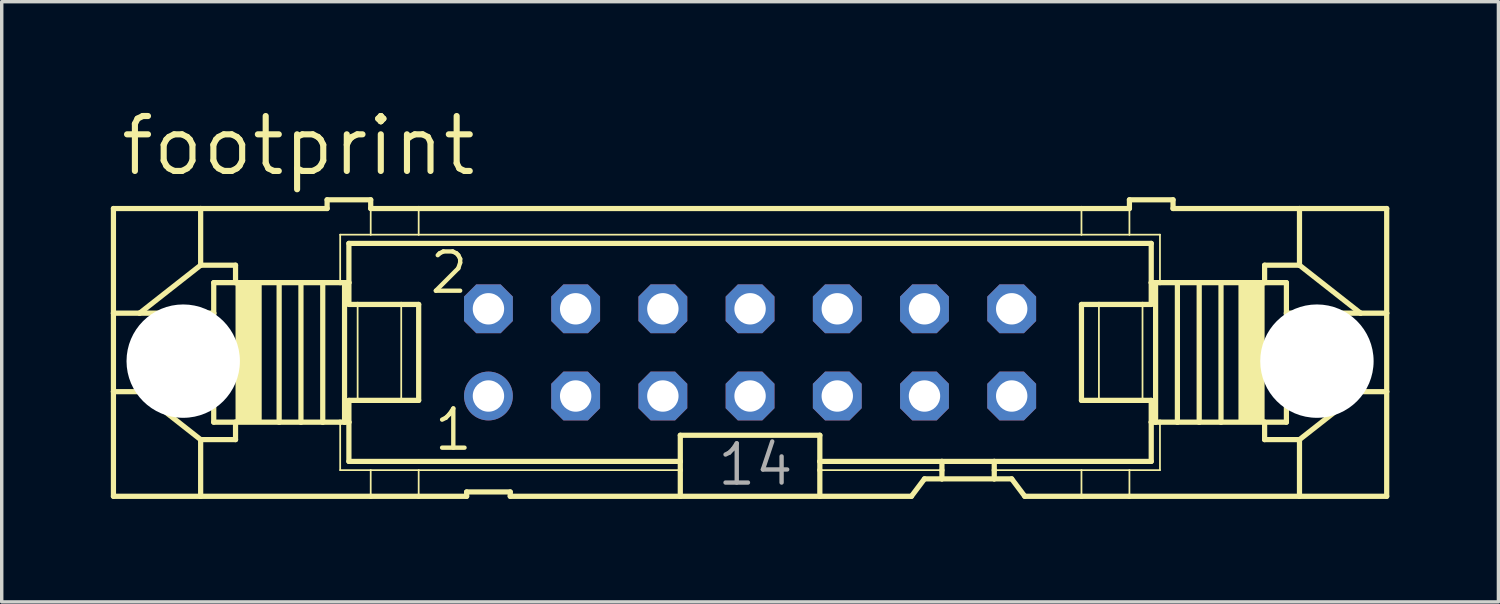
<source format=kicad_pcb>
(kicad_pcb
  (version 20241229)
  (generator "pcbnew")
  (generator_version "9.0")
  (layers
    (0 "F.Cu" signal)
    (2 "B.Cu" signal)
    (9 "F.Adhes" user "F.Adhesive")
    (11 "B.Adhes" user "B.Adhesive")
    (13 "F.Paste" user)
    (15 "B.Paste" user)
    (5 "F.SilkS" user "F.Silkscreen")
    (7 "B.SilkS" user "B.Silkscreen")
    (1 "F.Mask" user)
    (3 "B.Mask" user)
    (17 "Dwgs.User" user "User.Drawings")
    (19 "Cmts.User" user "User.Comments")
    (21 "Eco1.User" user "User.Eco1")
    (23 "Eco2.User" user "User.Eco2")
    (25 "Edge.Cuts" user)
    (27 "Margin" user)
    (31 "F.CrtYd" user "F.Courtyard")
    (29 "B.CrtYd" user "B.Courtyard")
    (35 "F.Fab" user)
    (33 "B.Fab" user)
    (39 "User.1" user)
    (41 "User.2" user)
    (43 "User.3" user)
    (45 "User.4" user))
  (footprint "footprint"
    (layer "F.Cu")
    (at 18.796 7.214)
    (property "Reference" "footprint" (at -18.415 -5.08 0) (layer "F.SilkS") (effects (font (size 1.6 1.6) (thickness 0.178)) (justify left bottom)))
    (fp_line (start -18.542 -4.191) (end -18.542 -1.143) (stroke (width 0.152) (type solid)) (layer "F.SilkS"))
    (fp_line (start -18.542 -4.191) (end -16.002 -4.191) (stroke (width 0.152) (type solid)) (layer "F.SilkS"))
    (fp_line (start -18.542 -1.143) (end -18.542 1.143) (stroke (width 0.152) (type solid)) (layer "F.SilkS"))
    (fp_line (start -18.542 -1.143) (end -17.78 -1.143) (stroke (width 0.152) (type solid)) (layer "F.SilkS"))
    (fp_line (start -18.542 1.143) (end -18.542 4.191) (stroke (width 0.152) (type solid)) (layer "F.SilkS"))
    (fp_line (start -18.542 1.143) (end -17.78 1.143) (stroke (width 0.152) (type solid)) (layer "F.SilkS"))
    (fp_line (start -17.78 -1.143) (end -15.621 -1.143) (stroke (width 0.152) (type solid)) (layer "F.SilkS"))
    (fp_line (start -17.78 1.143) (end -15.621 1.143) (stroke (width 0.152) (type solid)) (layer "F.SilkS"))
    (fp_line (start -16.002 -4.191) (end -16.002 -2.54) (stroke (width 0.152) (type solid)) (layer "F.SilkS"))
    (fp_line (start -16.002 -2.54) (end -17.78 -1.143) (stroke (width 0.152) (type solid)) (layer "F.SilkS"))
    (fp_line (start -16.002 2.54) (end -17.78 1.143) (stroke (width 0.152) (type solid)) (layer "F.SilkS"))
    (fp_line (start -16.002 2.54) (end -16.002 4.191) (stroke (width 0.152) (type solid)) (layer "F.SilkS"))
    (fp_line (start -16.002 4.191) (end -18.542 4.191) (stroke (width 0.152) (type solid)) (layer "F.SilkS"))
    (fp_line (start -15.621 -1.143) (end -15.621 -2.032) (stroke (width 0.152) (type solid)) (layer "F.SilkS"))
    (fp_line (start -15.621 1.143) (end -15.621 -1.143) (stroke (width 0.152) (type solid)) (layer "F.SilkS"))
    (fp_line (start -15.621 2.032) (end -15.621 1.143) (stroke (width 0.152) (type solid)) (layer "F.SilkS"))
    (fp_line (start -14.986 -2.54) (end -16.002 -2.54) (stroke (width 0.152) (type solid)) (layer "F.SilkS"))
    (fp_line (start -14.986 -2.54) (end -14.986 -2.032) (stroke (width 0.152) (type solid)) (layer "F.SilkS"))
    (fp_line (start -14.986 -2.032) (end -15.621 -2.032) (stroke (width 0.152) (type solid)) (layer "F.SilkS"))
    (fp_line (start -14.986 2.032) (end -15.621 2.032) (stroke (width 0.152) (type solid)) (layer "F.SilkS"))
    (fp_line (start -14.986 2.032) (end -14.986 2.54) (stroke (width 0.152) (type solid)) (layer "F.SilkS"))
    (fp_line (start -14.986 2.54) (end -16.002 2.54) (stroke (width 0.152) (type solid)) (layer "F.SilkS"))
    (fp_line (start -13.716 -2.032) (end -14.986 -2.032) (stroke (width 0.152) (type solid)) (layer "F.SilkS"))
    (fp_line (start -13.716 2.032) (end -14.986 2.032) (stroke (width 0.152) (type solid)) (layer "F.SilkS"))
    (fp_line (start -13.716 2.032) (end -13.716 -2.032) (stroke (width 0.152) (type solid)) (layer "F.SilkS"))
    (fp_line (start -13.081 -2.032) (end -13.716 -2.032) (stroke (width 0.152) (type solid)) (layer "F.SilkS"))
    (fp_line (start -13.081 2.032) (end -13.716 2.032) (stroke (width 0.152) (type solid)) (layer "F.SilkS"))
    (fp_line (start -13.081 2.032) (end -13.081 -2.032) (stroke (width 0.152) (type solid)) (layer "F.SilkS"))
    (fp_line (start -12.446 -2.032) (end -13.081 -2.032) (stroke (width 0.152) (type solid)) (layer "F.SilkS"))
    (fp_line (start -12.446 2.032) (end -13.081 2.032) (stroke (width 0.152) (type solid)) (layer "F.SilkS"))
    (fp_line (start -12.446 2.032) (end -12.446 -2.032) (stroke (width 0.152) (type solid)) (layer "F.SilkS"))
    (fp_line (start -12.319 -4.445) (end -12.319 -4.191) (stroke (width 0.152) (type solid)) (layer "F.SilkS"))
    (fp_line (start -12.319 -4.445) (end -11.049 -4.445) (stroke (width 0.152) (type solid)) (layer "F.SilkS"))
    (fp_line (start -12.319 -4.191) (end -16.002 -4.191) (stroke (width 0.152) (type solid)) (layer "F.SilkS"))
    (fp_line (start -11.938 -3.429) (end -11.938 -2.032) (stroke (width 0.051) (type solid)) (layer "F.SilkS"))
    (fp_line (start -11.938 -2.032) (end -12.446 -2.032) (stroke (width 0.152) (type solid)) (layer "F.SilkS"))
    (fp_line (start -11.938 2.032) (end -12.446 2.032) (stroke (width 0.152) (type solid)) (layer "F.SilkS"))
    (fp_line (start -11.938 3.429) (end -11.938 2.032) (stroke (width 0.051) (type solid)) (layer "F.SilkS"))
    (fp_line (start -11.811 -2.032) (end -11.938 -2.032) (stroke (width 0.152) (type solid)) (layer "F.SilkS"))
    (fp_line (start -11.811 2.032) (end -11.938 2.032) (stroke (width 0.152) (type solid)) (layer "F.SilkS"))
    (fp_line (start -11.811 2.032) (end -11.811 -2.032) (stroke (width 0.152) (type solid)) (layer "F.SilkS"))
    (fp_line (start -11.684 -3.175) (end 11.684 -3.175) (stroke (width 0.152) (type solid)) (layer "F.SilkS"))
    (fp_line (start -11.684 -2.032) (end -11.811 -2.032) (stroke (width 0.152) (type solid)) (layer "F.SilkS"))
    (fp_line (start -11.684 -2.032) (end -11.684 -3.175) (stroke (width 0.152) (type solid)) (layer "F.SilkS"))
    (fp_line (start -11.684 -1.397) (end -11.684 -2.032) (stroke (width 0.152) (type solid)) (layer "F.SilkS"))
    (fp_line (start -11.684 -1.397) (end -11.43 -1.397) (stroke (width 0.152) (type solid)) (layer "F.SilkS"))
    (fp_line (start -11.684 2.032) (end -11.811 2.032) (stroke (width 0.152) (type solid)) (layer "F.SilkS"))
    (fp_line (start -11.684 2.032) (end -11.684 1.397) (stroke (width 0.152) (type solid)) (layer "F.SilkS"))
    (fp_line (start -11.684 3.175) (end -11.684 2.032) (stroke (width 0.152) (type solid)) (layer "F.SilkS"))
    (fp_line (start -11.43 -1.397) (end -10.16 -1.397) (stroke (width 0.152) (type solid)) (layer "F.SilkS"))
    (fp_line (start -11.43 1.397) (end -11.684 1.397) (stroke (width 0.152) (type solid)) (layer "F.SilkS"))
    (fp_line (start -11.43 1.397) (end -11.43 -1.397) (stroke (width 0.051) (type solid)) (layer "F.SilkS"))
    (fp_line (start -11.049 -4.445) (end -11.049 -4.191) (stroke (width 0.152) (type solid)) (layer "F.SilkS"))
    (fp_line (start -11.049 -3.429) (end -11.938 -3.429) (stroke (width 0.051) (type solid)) (layer "F.SilkS"))
    (fp_line (start -11.049 -3.429) (end -11.049 -4.191) (stroke (width 0.051) (type solid)) (layer "F.SilkS"))
    (fp_line (start -11.049 -3.429) (end -9.652 -3.429) (stroke (width 0.051) (type solid)) (layer "F.SilkS"))
    (fp_line (start -11.049 3.429) (end -11.938 3.429) (stroke (width 0.051) (type solid)) (layer "F.SilkS"))
    (fp_line (start -11.049 4.191) (end -16.002 4.191) (stroke (width 0.152) (type solid)) (layer "F.SilkS"))
    (fp_line (start -11.049 4.191) (end -11.049 3.429) (stroke (width 0.051) (type solid)) (layer "F.SilkS"))
    (fp_line (start -10.16 -1.397) (end -9.652 -1.397) (stroke (width 0.152) (type solid)) (layer "F.SilkS"))
    (fp_line (start -10.16 1.397) (end -11.43 1.397) (stroke (width 0.152) (type solid)) (layer "F.SilkS"))
    (fp_line (start -10.16 1.397) (end -10.16 -1.397) (stroke (width 0.051) (type solid)) (layer "F.SilkS"))
    (fp_line (start -9.652 -4.191) (end -11.049 -4.191) (stroke (width 0.152) (type solid)) (layer "F.SilkS"))
    (fp_line (start -9.652 -4.191) (end 9.652 -4.191) (stroke (width 0.152) (type solid)) (layer "F.SilkS"))
    (fp_line (start -9.652 -3.429) (end -9.652 -4.191) (stroke (width 0.051) (type solid)) (layer "F.SilkS"))
    (fp_line (start -9.652 -3.429) (end 9.652 -3.429) (stroke (width 0.051) (type solid)) (layer "F.SilkS"))
    (fp_line (start -9.652 1.397) (end -10.16 1.397) (stroke (width 0.152) (type solid)) (layer "F.SilkS"))
    (fp_line (start -9.652 1.397) (end -9.652 -1.397) (stroke (width 0.152) (type solid)) (layer "F.SilkS"))
    (fp_line (start -9.652 3.429) (end -11.049 3.429) (stroke (width 0.051) (type solid)) (layer "F.SilkS"))
    (fp_line (start -9.652 4.191) (end -11.049 4.191) (stroke (width 0.152) (type solid)) (layer "F.SilkS"))
    (fp_line (start -9.652 4.191) (end -9.652 3.429) (stroke (width 0.051) (type solid)) (layer "F.SilkS"))
    (fp_line (start -8.255 4.191) (end -9.652 4.191) (stroke (width 0.152) (type solid)) (layer "F.SilkS"))
    (fp_line (start -8.255 4.191) (end -8.255 4.064) (stroke (width 0.152) (type solid)) (layer "F.SilkS"))
    (fp_line (start -6.985 4.064) (end -8.255 4.064) (stroke (width 0.152) (type solid)) (layer "F.SilkS"))
    (fp_line (start -6.985 4.064) (end -6.985 4.191) (stroke (width 0.152) (type solid)) (layer "F.SilkS"))
    (fp_line (start -2.032 3.175) (end -11.684 3.175) (stroke (width 0.152) (type solid)) (layer "F.SilkS"))
    (fp_line (start -2.032 3.175) (end -2.032 2.413) (stroke (width 0.152) (type solid)) (layer "F.SilkS"))
    (fp_line (start -2.032 3.175) (end -2.032 3.429) (stroke (width 0.152) (type solid)) (layer "F.SilkS"))
    (fp_line (start -2.032 3.429) (end -9.652 3.429) (stroke (width 0.051) (type solid)) (layer "F.SilkS"))
    (fp_line (start -2.032 3.429) (end -2.032 4.191) (stroke (width 0.152) (type solid)) (layer "F.SilkS"))
    (fp_line (start -2.032 4.191) (end -6.985 4.191) (stroke (width 0.152) (type solid)) (layer "F.SilkS"))
    (fp_line (start 2.032 2.413) (end -2.032 2.413) (stroke (width 0.152) (type solid)) (layer "F.SilkS"))
    (fp_line (start 2.032 2.413) (end 2.032 3.175) (stroke (width 0.152) (type solid)) (layer "F.SilkS"))
    (fp_line (start 2.032 3.175) (end 2.032 3.429) (stroke (width 0.152) (type solid)) (layer "F.SilkS"))
    (fp_line (start 2.032 3.429) (end 2.032 4.191) (stroke (width 0.152) (type solid)) (layer "F.SilkS"))
    (fp_line (start 2.032 4.191) (end -2.032 4.191) (stroke (width 0.152) (type solid)) (layer "F.SilkS"))
    (fp_line (start 4.699 4.191) (end 2.032 4.191) (stroke (width 0.152) (type solid)) (layer "F.SilkS"))
    (fp_line (start 4.699 4.191) (end 5.08 3.683) (stroke (width 0.152) (type solid)) (layer "F.SilkS"))
    (fp_line (start 5.588 3.175) (end 2.032 3.175) (stroke (width 0.152) (type solid)) (layer "F.SilkS"))
    (fp_line (start 5.588 3.175) (end 5.588 3.429) (stroke (width 0.152) (type solid)) (layer "F.SilkS"))
    (fp_line (start 5.588 3.429) (end 2.032 3.429) (stroke (width 0.051) (type solid)) (layer "F.SilkS"))
    (fp_line (start 5.588 3.429) (end 5.588 3.683) (stroke (width 0.152) (type solid)) (layer "F.SilkS"))
    (fp_line (start 5.588 3.683) (end 5.08 3.683) (stroke (width 0.152) (type solid)) (layer "F.SilkS"))
    (fp_line (start 7.112 3.175) (end 5.588 3.175) (stroke (width 0.152) (type solid)) (layer "F.SilkS"))
    (fp_line (start 7.112 3.175) (end 7.112 3.429) (stroke (width 0.152) (type solid)) (layer "F.SilkS"))
    (fp_line (start 7.112 3.429) (end 7.112 3.683) (stroke (width 0.152) (type solid)) (layer "F.SilkS"))
    (fp_line (start 7.112 3.429) (end 9.652 3.429) (stroke (width 0.051) (type solid)) (layer "F.SilkS"))
    (fp_line (start 7.112 3.683) (end 5.588 3.683) (stroke (width 0.152) (type solid)) (layer "F.SilkS"))
    (fp_line (start 7.62 3.683) (end 7.112 3.683) (stroke (width 0.152) (type solid)) (layer "F.SilkS"))
    (fp_line (start 7.62 3.683) (end 8.001 4.191) (stroke (width 0.152) (type solid)) (layer "F.SilkS"))
    (fp_line (start 9.652 -4.191) (end 9.652 -3.429) (stroke (width 0.051) (type solid)) (layer "F.SilkS"))
    (fp_line (start 9.652 -4.191) (end 11.049 -4.191) (stroke (width 0.152) (type solid)) (layer "F.SilkS"))
    (fp_line (start 9.652 -1.397) (end 9.652 1.397) (stroke (width 0.152) (type solid)) (layer "F.SilkS"))
    (fp_line (start 9.652 -1.397) (end 10.16 -1.397) (stroke (width 0.152) (type solid)) (layer "F.SilkS"))
    (fp_line (start 9.652 3.429) (end 9.652 4.191) (stroke (width 0.051) (type solid)) (layer "F.SilkS"))
    (fp_line (start 9.652 3.429) (end 11.049 3.429) (stroke (width 0.051) (type solid)) (layer "F.SilkS"))
    (fp_line (start 9.652 4.191) (end 8.001 4.191) (stroke (width 0.152) (type solid)) (layer "F.SilkS"))
    (fp_line (start 10.16 -1.397) (end 10.16 1.397) (stroke (width 0.051) (type solid)) (layer "F.SilkS"))
    (fp_line (start 10.16 -1.397) (end 11.43 -1.397) (stroke (width 0.152) (type solid)) (layer "F.SilkS"))
    (fp_line (start 10.16 1.397) (end 9.652 1.397) (stroke (width 0.152) (type solid)) (layer "F.SilkS"))
    (fp_line (start 11.049 -4.191) (end 11.049 -4.445) (stroke (width 0.152) (type solid)) (layer "F.SilkS"))
    (fp_line (start 11.049 -4.191) (end 11.049 -3.429) (stroke (width 0.051) (type solid)) (layer "F.SilkS"))
    (fp_line (start 11.049 -3.429) (end 9.652 -3.429) (stroke (width 0.051) (type solid)) (layer "F.SilkS"))
    (fp_line (start 11.049 -3.429) (end 11.938 -3.429) (stroke (width 0.051) (type solid)) (layer "F.SilkS"))
    (fp_line (start 11.049 3.429) (end 11.049 4.191) (stroke (width 0.051) (type solid)) (layer "F.SilkS"))
    (fp_line (start 11.049 3.429) (end 11.938 3.429) (stroke (width 0.051) (type solid)) (layer "F.SilkS"))
    (fp_line (start 11.049 4.191) (end 9.652 4.191) (stroke (width 0.152) (type solid)) (layer "F.SilkS"))
    (fp_line (start 11.43 -1.397) (end 11.43 1.397) (stroke (width 0.051) (type solid)) (layer "F.SilkS"))
    (fp_line (start 11.43 -1.397) (end 11.684 -1.397) (stroke (width 0.152) (type solid)) (layer "F.SilkS"))
    (fp_line (start 11.43 1.397) (end 10.16 1.397) (stroke (width 0.152) (type solid)) (layer "F.SilkS"))
    (fp_line (start 11.684 -3.175) (end 11.684 -2.032) (stroke (width 0.152) (type solid)) (layer "F.SilkS"))
    (fp_line (start 11.684 -2.032) (end 11.684 -1.397) (stroke (width 0.152) (type solid)) (layer "F.SilkS"))
    (fp_line (start 11.684 -2.032) (end 11.811 -2.032) (stroke (width 0.152) (type solid)) (layer "F.SilkS"))
    (fp_line (start 11.684 1.397) (end 11.43 1.397) (stroke (width 0.152) (type solid)) (layer "F.SilkS"))
    (fp_line (start 11.684 1.397) (end 11.684 2.032) (stroke (width 0.152) (type solid)) (layer "F.SilkS"))
    (fp_line (start 11.684 2.032) (end 11.684 3.175) (stroke (width 0.152) (type solid)) (layer "F.SilkS"))
    (fp_line (start 11.684 2.032) (end 11.811 2.032) (stroke (width 0.152) (type solid)) (layer "F.SilkS"))
    (fp_line (start 11.684 3.175) (end 7.112 3.175) (stroke (width 0.152) (type solid)) (layer "F.SilkS"))
    (fp_line (start 11.811 -2.032) (end 11.811 2.032) (stroke (width 0.152) (type solid)) (layer "F.SilkS"))
    (fp_line (start 11.811 -2.032) (end 11.938 -2.032) (stroke (width 0.152) (type solid)) (layer "F.SilkS"))
    (fp_line (start 11.811 2.032) (end 11.938 2.032) (stroke (width 0.152) (type solid)) (layer "F.SilkS"))
    (fp_line (start 11.938 -3.429) (end 11.938 -2.032) (stroke (width 0.051) (type solid)) (layer "F.SilkS"))
    (fp_line (start 11.938 -2.032) (end 12.446 -2.032) (stroke (width 0.152) (type solid)) (layer "F.SilkS"))
    (fp_line (start 11.938 2.032) (end 12.446 2.032) (stroke (width 0.152) (type solid)) (layer "F.SilkS"))
    (fp_line (start 11.938 3.429) (end 11.938 2.032) (stroke (width 0.051) (type solid)) (layer "F.SilkS"))
    (fp_line (start 12.319 -4.445) (end 11.049 -4.445) (stroke (width 0.152) (type solid)) (layer "F.SilkS"))
    (fp_line (start 12.319 -4.191) (end 12.319 -4.445) (stroke (width 0.152) (type solid)) (layer "F.SilkS"))
    (fp_line (start 12.319 -4.191) (end 16.002 -4.191) (stroke (width 0.152) (type solid)) (layer "F.SilkS"))
    (fp_line (start 12.446 -2.032) (end 12.446 2.032) (stroke (width 0.152) (type solid)) (layer "F.SilkS"))
    (fp_line (start 12.446 -2.032) (end 13.081 -2.032) (stroke (width 0.152) (type solid)) (layer "F.SilkS"))
    (fp_line (start 12.446 2.032) (end 13.081 2.032) (stroke (width 0.152) (type solid)) (layer "F.SilkS"))
    (fp_line (start 13.081 -2.032) (end 13.081 2.032) (stroke (width 0.152) (type solid)) (layer "F.SilkS"))
    (fp_line (start 13.081 -2.032) (end 13.716 -2.032) (stroke (width 0.152) (type solid)) (layer "F.SilkS"))
    (fp_line (start 13.081 2.032) (end 13.716 2.032) (stroke (width 0.152) (type solid)) (layer "F.SilkS"))
    (fp_line (start 13.716 -2.032) (end 13.716 2.032) (stroke (width 0.152) (type solid)) (layer "F.SilkS"))
    (fp_line (start 13.716 -2.032) (end 14.986 -2.032) (stroke (width 0.152) (type solid)) (layer "F.SilkS"))
    (fp_line (start 13.716 2.032) (end 14.986 2.032) (stroke (width 0.152) (type solid)) (layer "F.SilkS"))
    (fp_line (start 14.986 -2.54) (end 16.002 -2.54) (stroke (width 0.152) (type solid)) (layer "F.SilkS"))
    (fp_line (start 14.986 -2.032) (end 14.986 -2.54) (stroke (width 0.152) (type solid)) (layer "F.SilkS"))
    (fp_line (start 14.986 -2.032) (end 15.621 -2.032) (stroke (width 0.152) (type solid)) (layer "F.SilkS"))
    (fp_line (start 14.986 2.032) (end 15.621 2.032) (stroke (width 0.152) (type solid)) (layer "F.SilkS"))
    (fp_line (start 14.986 2.54) (end 14.986 2.032) (stroke (width 0.152) (type solid)) (layer "F.SilkS"))
    (fp_line (start 14.986 2.54) (end 16.002 2.54) (stroke (width 0.152) (type solid)) (layer "F.SilkS"))
    (fp_line (start 15.621 -2.032) (end 15.621 -1.143) (stroke (width 0.152) (type solid)) (layer "F.SilkS"))
    (fp_line (start 15.621 -1.143) (end 15.621 1.143) (stroke (width 0.152) (type solid)) (layer "F.SilkS"))
    (fp_line (start 15.621 1.143) (end 15.621 2.032) (stroke (width 0.152) (type solid)) (layer "F.SilkS"))
    (fp_line (start 16.002 -4.191) (end 18.542 -4.191) (stroke (width 0.152) (type solid)) (layer "F.SilkS"))
    (fp_line (start 16.002 -2.54) (end 16.002 -4.191) (stroke (width 0.152) (type solid)) (layer "F.SilkS"))
    (fp_line (start 16.002 -2.54) (end 17.78 -1.143) (stroke (width 0.152) (type solid)) (layer "F.SilkS"))
    (fp_line (start 16.002 2.54) (end 17.78 1.143) (stroke (width 0.152) (type solid)) (layer "F.SilkS"))
    (fp_line (start 16.002 4.191) (end 11.049 4.191) (stroke (width 0.152) (type solid)) (layer "F.SilkS"))
    (fp_line (start 16.002 4.191) (end 16.002 2.54) (stroke (width 0.152) (type solid)) (layer "F.SilkS"))
    (fp_line (start 17.78 -1.143) (end 15.621 -1.143) (stroke (width 0.152) (type solid)) (layer "F.SilkS"))
    (fp_line (start 17.78 1.143) (end 15.621 1.143) (stroke (width 0.152) (type solid)) (layer "F.SilkS"))
    (fp_line (start 18.542 -1.143) (end 17.78 -1.143) (stroke (width 0.152) (type solid)) (layer "F.SilkS"))
    (fp_line (start 18.542 -1.143) (end 18.542 -4.191) (stroke (width 0.152) (type solid)) (layer "F.SilkS"))
    (fp_line (start 18.542 1.143) (end 17.78 1.143) (stroke (width 0.152) (type solid)) (layer "F.SilkS"))
    (fp_line (start 18.542 1.143) (end 18.542 -1.143) (stroke (width 0.152) (type solid)) (layer "F.SilkS"))
    (fp_line (start 18.542 4.191) (end 16.002 4.191) (stroke (width 0.152) (type solid)) (layer "F.SilkS"))
    (fp_line (start 18.542 4.191) (end 18.542 1.143) (stroke (width 0.152) (type solid)) (layer "F.SilkS"))
    (fp_poly (pts (xy -14.986 2.032) (xy -14.224 2.032) (xy -14.224 -2.032) (xy -14.986 -2.032)) (stroke (width 0) (type solid)) (fill yes) (layer "F.SilkS"))
    (fp_poly (pts (xy 14.224 2.032) (xy 14.986 2.032) (xy 14.986 -2.032) (xy 14.224 -2.032)) (stroke (width 0) (type solid)) (fill yes) (layer "F.SilkS"))
    (fp_poly (pts (xy -17.78 0.381) (xy -16.002 0.381) (xy -16.002 -0.381) (xy -17.78 -0.381)) (stroke (width 0.1) (type solid)) (fill no) (layer "F.Fab"))
    (fp_poly (pts (xy -7.874 -1.016) (xy -7.366 -1.016) (xy -7.366 -1.524) (xy -7.874 -1.524)) (stroke (width 0.1) (type solid)) (fill no) (layer "F.Fab"))
    (fp_poly (pts (xy -7.874 1.524) (xy -7.366 1.524) (xy -7.366 1.016) (xy -7.874 1.016)) (stroke (width 0.1) (type solid)) (fill no) (layer "F.Fab"))
    (fp_poly (pts (xy -5.334 -1.016) (xy -4.826 -1.016) (xy -4.826 -1.524) (xy -5.334 -1.524)) (stroke (width 0.1) (type solid)) (fill no) (layer "F.Fab"))
    (fp_poly (pts (xy -5.334 1.524) (xy -4.826 1.524) (xy -4.826 1.016) (xy -5.334 1.016)) (stroke (width 0.1) (type solid)) (fill no) (layer "F.Fab"))
    (fp_poly (pts (xy -2.794 -1.016) (xy -2.286 -1.016) (xy -2.286 -1.524) (xy -2.794 -1.524)) (stroke (width 0.1) (type solid)) (fill no) (layer "F.Fab"))
    (fp_poly (pts (xy -2.794 1.524) (xy -2.286 1.524) (xy -2.286 1.016) (xy -2.794 1.016)) (stroke (width 0.1) (type solid)) (fill no) (layer "F.Fab"))
    (fp_poly (pts (xy -0.254 -1.016) (xy 0.254 -1.016) (xy 0.254 -1.524) (xy -0.254 -1.524)) (stroke (width 0.1) (type solid)) (fill no) (layer "F.Fab"))
    (fp_poly (pts (xy -0.254 1.524) (xy 0.254 1.524) (xy 0.254 1.016) (xy -0.254 1.016)) (stroke (width 0.1) (type solid)) (fill no) (layer "F.Fab"))
    (fp_poly (pts (xy 2.286 -1.016) (xy 2.794 -1.016) (xy 2.794 -1.524) (xy 2.286 -1.524)) (stroke (width 0.1) (type solid)) (fill no) (layer "F.Fab"))
    (fp_poly (pts (xy 2.286 1.524) (xy 2.794 1.524) (xy 2.794 1.016) (xy 2.286 1.016)) (stroke (width 0.1) (type solid)) (fill no) (layer "F.Fab"))
    (fp_poly (pts (xy 4.826 -1.016) (xy 5.334 -1.016) (xy 5.334 -1.524) (xy 4.826 -1.524)) (stroke (width 0.1) (type solid)) (fill no) (layer "F.Fab"))
    (fp_poly (pts (xy 4.826 1.524) (xy 5.334 1.524) (xy 5.334 1.016) (xy 4.826 1.016)) (stroke (width 0.1) (type solid)) (fill no) (layer "F.Fab"))
    (fp_poly (pts (xy 7.366 -1.016) (xy 7.874 -1.016) (xy 7.874 -1.524) (xy 7.366 -1.524)) (stroke (width 0.1) (type solid)) (fill no) (layer "F.Fab"))
    (fp_poly (pts (xy 7.366 1.524) (xy 7.874 1.524) (xy 7.874 1.016) (xy 7.366 1.016)) (stroke (width 0.1) (type solid)) (fill no) (layer "F.Fab"))
    (fp_poly (pts (xy 16.002 0.381) (xy 17.78 0.381) (xy 17.78 -0.381) (xy 16.002 -0.381)) (stroke (width 0.1) (type solid)) (fill no) (layer "F.Fab"))
    (fp_text user "2" (at -9.398 -1.651 0) (layer "F.SilkS") (effects (font (size 1.143 1.143) (thickness 0.127)) (justify left bottom)))
    (fp_text user "1" (at -9.271 2.921 0) (layer "F.SilkS") (effects (font (size 1.143 1.143) (thickness 0.127)) (justify left bottom)))
    (fp_text user "14" (at -1.016 3.937 0) (layer "F.Fab") (effects (font (size 1.143 1.143) (thickness 0.127)) (justify left bottom)))
    (pad "" np_thru_hole circle (at -16.51 0.254) (size 3.302 3.302) (drill 3.302) (layers "*.Cu" "*.Mask"))
    (pad "" np_thru_hole circle (at 16.51 0.254) (size 3.302 3.302) (drill 3.302) (layers "*.Cu" "*.Mask"))
    (pad "1" thru_hole circle (at -7.62 1.27) (size 1.422 1.422) (drill 0.914) (layers "*.Cu" "*.Mask"))
    (pad "2" thru_hole roundrect (at -7.62 -1.27) (size 1.422 1.422) (drill 0.914) (layers "*.Cu" "*.Mask") (roundrect_rratio 0.25) (chamfer_ratio 0.25) (chamfer top_left top_right bottom_left bottom_right))
    (pad "3" thru_hole roundrect (at -5.08 1.27) (size 1.422 1.422) (drill 0.914) (layers "*.Cu" "*.Mask") (roundrect_rratio 0.25) (chamfer_ratio 0.25) (chamfer top_left top_right bottom_left bottom_right))
    (pad "4" thru_hole roundrect (at -5.08 -1.27) (size 1.422 1.422) (drill 0.914) (layers "*.Cu" "*.Mask") (roundrect_rratio 0.25) (chamfer_ratio 0.25) (chamfer top_left top_right bottom_left bottom_right))
    (pad "5" thru_hole roundrect (at -2.54 1.27) (size 1.422 1.422) (drill 0.914) (layers "*.Cu" "*.Mask") (roundrect_rratio 0.25) (chamfer_ratio 0.25) (chamfer top_left top_right bottom_left bottom_right))
    (pad "6" thru_hole roundrect (at -2.54 -1.27) (size 1.422 1.422) (drill 0.914) (layers "*.Cu" "*.Mask") (roundrect_rratio 0.25) (chamfer_ratio 0.25) (chamfer top_left top_right bottom_left bottom_right))
    (pad "7" thru_hole roundrect (at 0 1.27) (size 1.422 1.422) (drill 0.914) (layers "*.Cu" "*.Mask") (roundrect_rratio 0.25) (chamfer_ratio 0.25) (chamfer top_left top_right bottom_left bottom_right))
    (pad "8" thru_hole roundrect (at 0 -1.27) (size 1.422 1.422) (drill 0.914) (layers "*.Cu" "*.Mask") (roundrect_rratio 0.25) (chamfer_ratio 0.25) (chamfer top_left top_right bottom_left bottom_right))
    (pad "9" thru_hole roundrect (at 2.54 1.27) (size 1.422 1.422) (drill 0.914) (layers "*.Cu" "*.Mask") (roundrect_rratio 0.25) (chamfer_ratio 0.25) (chamfer top_left top_right bottom_left bottom_right))
    (pad "10" thru_hole roundrect (at 2.54 -1.27) (size 1.422 1.422) (drill 0.914) (layers "*.Cu" "*.Mask") (roundrect_rratio 0.25) (chamfer_ratio 0.25) (chamfer top_left top_right bottom_left bottom_right))
    (pad "11" thru_hole roundrect (at 5.08 1.27) (size 1.422 1.422) (drill 0.914) (layers "*.Cu" "*.Mask") (roundrect_rratio 0.25) (chamfer_ratio 0.25) (chamfer top_left top_right bottom_left bottom_right))
    (pad "12" thru_hole roundrect (at 5.08 -1.27) (size 1.422 1.422) (drill 0.914) (layers "*.Cu" "*.Mask") (roundrect_rratio 0.25) (chamfer_ratio 0.25) (chamfer top_left top_right bottom_left bottom_right))
    (pad "13" thru_hole roundrect (at 7.62 1.27) (size 1.422 1.422) (drill 0.914) (layers "*.Cu" "*.Mask") (roundrect_rratio 0.25) (chamfer_ratio 0.25) (chamfer top_left top_right bottom_left bottom_right))
    (pad "14" thru_hole roundrect (at 7.62 -1.27) (size 1.422 1.422) (drill 0.914) (layers "*.Cu" "*.Mask") (roundrect_rratio 0.25) (chamfer_ratio 0.25) (chamfer top_left top_right bottom_left bottom_right))
    (zone (net_name "") (layers "F.Cu" "B.Cu") (hatch edge 0.508) (connect_pads) (min_thickness 0.254) (filled_areas_thickness no) (keepout (tracks allowed) (vias not_allowed) (pads allowed) (copperpour allowed) (footprints allowed)) (placement (enabled no)) (fill) (polygon (pts (xy 4.572 7.468) (xy 4.537 7.071) (xy 4.434 6.686) (xy 4.266 6.325) (xy 4.037 5.998) (xy 3.755 5.716) (xy 3.429 5.488) (xy 3.068 5.319) (xy 2.683 5.216) (xy 2.286 5.182) (xy 1.889 5.216) (xy 1.504 5.319) (xy 1.143 5.488) (xy 0.817 5.716) (xy 0.535 5.998) (xy 0.306 6.325) (xy 0.138 6.686) (xy 0.035 7.071) (xy 0 7.468) (xy 0.035 7.865) (xy 0.138 8.249) (xy 0.306 8.611) (xy 0.535 8.937) (xy 0.817 9.219) (xy 1.143 9.447) (xy 1.504 9.616) (xy 1.889 9.719) (xy 2.286 9.754) (xy 2.683 9.719) (xy 3.068 9.616) (xy 3.429 9.447) (xy 3.755 9.219) (xy 4.037 8.937) (xy 4.266 8.611) (xy 4.434 8.249) (xy 4.537 7.865))))
    (zone (net_name "") (layers "F.Cu" "B.Cu") (hatch edge 0.508) (connect_pads) (min_thickness 0.254) (filled_areas_thickness no) (keepout (tracks allowed) (vias not_allowed) (pads allowed) (copperpour allowed) (footprints allowed)) (placement (enabled no)) (fill) (polygon (pts (xy 37.592 7.468) (xy 37.557 7.071) (xy 37.454 6.686) (xy 37.286 6.325) (xy 37.057 5.998) (xy 36.775 5.716) (xy 36.449 5.488) (xy 36.088 5.319) (xy 35.703 5.216) (xy 35.306 5.182) (xy 34.909 5.216) (xy 34.524 5.319) (xy 34.163 5.488) (xy 33.837 5.716) (xy 33.555 5.998) (xy 33.326 6.325) (xy 33.158 6.686) (xy 33.055 7.071) (xy 33.02 7.468) (xy 33.055 7.865) (xy 33.158 8.249) (xy 33.326 8.611) (xy 33.555 8.937) (xy 33.837 9.219) (xy 34.163 9.447) (xy 34.524 9.616) (xy 34.909 9.719) (xy 35.306 9.754) (xy 35.703 9.719) (xy 36.088 9.616) (xy 36.449 9.447) (xy 36.775 9.219) (xy 37.057 8.937) (xy 37.286 8.611) (xy 37.454 8.249) (xy 37.557 7.865))))
    (zone (net_name "") (layer "B.Cu") (hatch edge 0.508) (connect_pads) (min_thickness 0.254) (filled_areas_thickness no) (keepout (tracks not_allowed) (vias not_allowed) (pads not_allowed) (copperpour not_allowed) (footprints allowed)) (placement (enabled no)) (fill) (polygon (pts (xy 4.572 7.468) (xy 4.537 7.071) (xy 4.434 6.686) (xy 4.266 6.325) (xy 4.037 5.998) (xy 3.755 5.716) (xy 3.429 5.488) (xy 3.068 5.319) (xy 2.683 5.216) (xy 2.286 5.182) (xy 1.889 5.216) (xy 1.504 5.319) (xy 1.143 5.488) (xy 0.817 5.716) (xy 0.535 5.998) (xy 0.306 6.325) (xy 0.138 6.686) (xy 0.035 7.071) (xy 0 7.468) (xy 0.035 7.865) (xy 0.138 8.249) (xy 0.306 8.611) (xy 0.535 8.937) (xy 0.817 9.219) (xy 1.143 9.447) (xy 1.504 9.616) (xy 1.889 9.719) (xy 2.286 9.754) (xy 2.683 9.719) (xy 3.068 9.616) (xy 3.429 9.447) (xy 3.755 9.219) (xy 4.037 8.937) (xy 4.266 8.611) (xy 4.434 8.249) (xy 4.537 7.865))))
    (zone (net_name "") (layer "B.Cu") (hatch edge 0.508) (connect_pads) (min_thickness 0.254) (filled_areas_thickness no) (keepout (tracks not_allowed) (vias not_allowed) (pads not_allowed) (copperpour not_allowed) (footprints allowed)) (placement (enabled no)) (fill) (polygon (pts (xy 37.592 7.468) (xy 37.557 7.071) (xy 37.454 6.686) (xy 37.286 6.325) (xy 37.057 5.998) (xy 36.775 5.716) (xy 36.449 5.488) (xy 36.088 5.319) (xy 35.703 5.216) (xy 35.306 5.182) (xy 34.909 5.216) (xy 34.524 5.319) (xy 34.163 5.488) (xy 33.837 5.716) (xy 33.555 5.998) (xy 33.326 6.325) (xy 33.158 6.686) (xy 33.055 7.071) (xy 33.02 7.468) (xy 33.055 7.865) (xy 33.158 8.249) (xy 33.326 8.611) (xy 33.555 8.937) (xy 33.837 9.219) (xy 34.163 9.447) (xy 34.524 9.616) (xy 34.909 9.719) (xy 35.306 9.754) (xy 35.703 9.719) (xy 36.088 9.616) (xy 36.449 9.447) (xy 36.775 9.219) (xy 37.057 8.937) (xy 37.286 8.611) (xy 37.454 8.249) (xy 37.557 7.865)))))
  (gr_rect
    (start -3 -3)
    (end 40.592 14.481)
    (stroke (width 0.1) (type default))
    (fill no)
    (layer "Edge.Cuts")))
</source>
